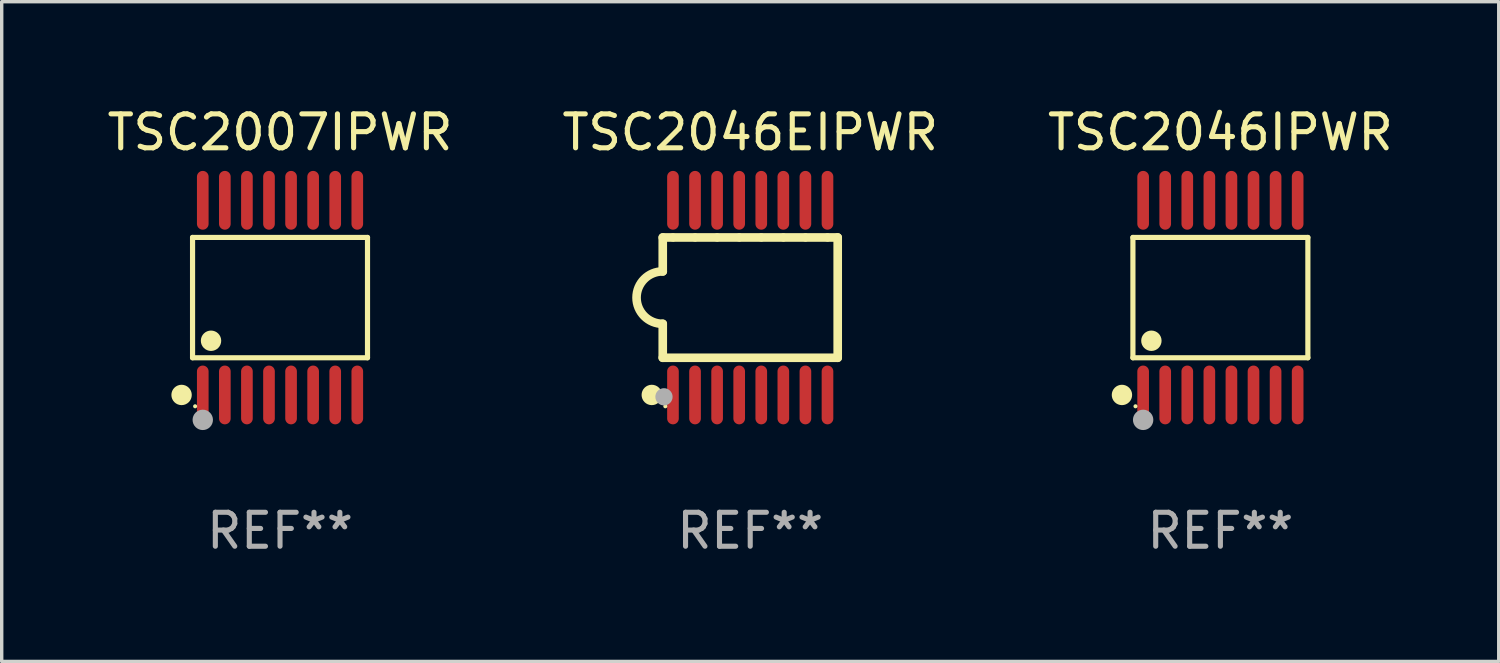
<source format=kicad_pcb>
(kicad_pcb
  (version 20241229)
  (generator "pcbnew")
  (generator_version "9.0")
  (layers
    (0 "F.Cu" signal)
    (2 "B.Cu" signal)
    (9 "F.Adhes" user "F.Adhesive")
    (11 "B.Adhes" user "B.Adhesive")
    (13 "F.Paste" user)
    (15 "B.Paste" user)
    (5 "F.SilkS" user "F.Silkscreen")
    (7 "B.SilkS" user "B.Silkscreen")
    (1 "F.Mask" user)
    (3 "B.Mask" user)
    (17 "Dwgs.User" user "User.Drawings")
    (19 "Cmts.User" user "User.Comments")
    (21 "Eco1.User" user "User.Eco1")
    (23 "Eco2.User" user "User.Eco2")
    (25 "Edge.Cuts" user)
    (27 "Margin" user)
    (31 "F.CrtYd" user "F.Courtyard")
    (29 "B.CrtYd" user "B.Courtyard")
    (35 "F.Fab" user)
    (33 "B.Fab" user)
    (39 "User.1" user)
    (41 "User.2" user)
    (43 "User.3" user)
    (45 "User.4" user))
  (footprint "TSC2007IPWR"
    (layer "F.Cu")
    (at 5.196 5.714)
    (property "Reference" "TSC2007IPWR" (at 0 -4.866 0) (layer "F.SilkS") (effects (font (size 1 1) (thickness 0.15))))
    (attr through_hole)
    (fp_line (start -2.576 -1.772) (end 2.576 -1.772) (stroke (width 0.152) (type solid)) (layer "F.SilkS"))
    (fp_line (start -2.576 1.771) (end -2.576 -1.772) (stroke (width 0.152) (type solid)) (layer "F.SilkS"))
    (fp_line (start 2.576 -1.772) (end 2.576 1.771) (stroke (width 0.152) (type solid)) (layer "F.SilkS"))
    (fp_line (start 2.576 1.771) (end -2.576 1.771) (stroke (width 0.152) (type solid)) (layer "F.SilkS"))
    (fp_circle (center -2.899 2.866) (end -2.749 2.866) (stroke (width 0.3) (type solid)) (fill no) (layer "F.SilkS"))
    (fp_circle (center -2.5 3.2) (end -2.47 3.2) (stroke (width 0.06) (type solid)) (fill no) (layer "F.SilkS"))
    (fp_circle (center -2.032 1.27) (end -1.882 1.27) (stroke (width 0.3) (type solid)) (fill no) (layer "F.SilkS"))
    (fp_circle (center -2.275 3.6) (end -2.125 3.6) (stroke (width 0.3) (type solid)) (fill no) (layer "F.Fab"))
    (fp_text user "REF**" (at 0 6.866 0) (layer "F.Fab") (effects (font (size 1 1) (thickness 0.15))))
    (pad "1" smd oval (at -2.275 2.866) (size 0.343 1.731) (layers "F.Cu" "F.Mask" "F.Paste"))
    (pad "2" smd oval (at -1.625 2.866) (size 0.343 1.731) (layers "F.Cu" "F.Mask" "F.Paste"))
    (pad "3" smd oval (at -0.975 2.866) (size 0.343 1.731) (layers "F.Cu" "F.Mask" "F.Paste"))
    (pad "4" smd oval (at -0.325 2.866) (size 0.343 1.731) (layers "F.Cu" "F.Mask" "F.Paste"))
    (pad "5" smd oval (at 0.325 2.866) (size 0.343 1.731) (layers "F.Cu" "F.Mask" "F.Paste"))
    (pad "6" smd oval (at 0.975 2.866) (size 0.343 1.731) (layers "F.Cu" "F.Mask" "F.Paste"))
    (pad "7" smd oval (at 1.625 2.866) (size 0.343 1.731) (layers "F.Cu" "F.Mask" "F.Paste"))
    (pad "8" smd oval (at 2.275 2.866) (size 0.343 1.731) (layers "F.Cu" "F.Mask" "F.Paste"))
    (pad "9" smd oval (at 2.275 -2.866) (size 0.343 1.731) (layers "F.Cu" "F.Mask" "F.Paste"))
    (pad "10" smd oval (at 1.625 -2.866) (size 0.343 1.731) (layers "F.Cu" "F.Mask" "F.Paste"))
    (pad "11" smd oval (at 0.975 -2.866) (size 0.343 1.731) (layers "F.Cu" "F.Mask" "F.Paste"))
    (pad "12" smd oval (at 0.325 -2.866) (size 0.343 1.731) (layers "F.Cu" "F.Mask" "F.Paste"))
    (pad "13" smd oval (at -0.325 -2.866) (size 0.343 1.731) (layers "F.Cu" "F.Mask" "F.Paste"))
    (pad "14" smd oval (at -0.975 -2.866) (size 0.343 1.731) (layers "F.Cu" "F.Mask" "F.Paste"))
    (pad "15" smd oval (at -1.625 -2.866) (size 0.343 1.731) (layers "F.Cu" "F.Mask" "F.Paste"))
    (pad "16" smd oval (at -2.275 -2.866) (size 0.343 1.731) (layers "F.Cu" "F.Mask" "F.Paste")))
  (footprint "TSC2046EIPWR"
    (layer "F.Cu")
    (at 19.042 5.714)
    (property "Reference" "TSC2046EIPWR" (at 0 -4.866 0) (layer "F.SilkS") (effects (font (size 1 1) (thickness 0.15))))
    (attr through_hole)
    (fp_line (start -2.576 -1.771) (end -2.576 -0.771) (stroke (width 0.254) (type solid)) (layer "F.SilkS"))
    (fp_line (start -2.576 -1.771) (end -2.289 -1.771) (stroke (width 0.254) (type solid)) (layer "F.SilkS"))
    (fp_line (start -2.576 1.771) (end -2.576 0.771) (stroke (width 0.254) (type solid)) (layer "F.SilkS"))
    (fp_line (start -2.261 -1.771) (end -1.639 -1.771) (stroke (width 0.254) (type solid)) (layer "F.SilkS"))
    (fp_line (start -1.612 -1.771) (end -0.989 -1.771) (stroke (width 0.254) (type solid)) (layer "F.SilkS"))
    (fp_line (start -0.962 -1.771) (end -0.338 -1.771) (stroke (width 0.254) (type solid)) (layer "F.SilkS"))
    (fp_line (start -0.311 -1.771) (end 0.312 -1.771) (stroke (width 0.254) (type solid)) (layer "F.SilkS"))
    (fp_line (start 0.339 -1.771) (end 0.962 -1.771) (stroke (width 0.254) (type solid)) (layer "F.SilkS"))
    (fp_line (start 0.989 -1.771) (end 1.612 -1.771) (stroke (width 0.254) (type solid)) (layer "F.SilkS"))
    (fp_line (start 1.639 -1.771) (end 2.261 -1.771) (stroke (width 0.254) (type solid)) (layer "F.SilkS"))
    (fp_line (start 2.289 -1.771) (end 2.576 -1.771) (stroke (width 0.254) (type solid)) (layer "F.SilkS"))
    (fp_line (start 2.576 -1.771) (end 2.576 1.771) (stroke (width 0.254) (type solid)) (layer "F.SilkS"))
    (fp_line (start 2.576 1.771) (end -2.576 1.771) (stroke (width 0.254) (type solid)) (layer "F.SilkS"))
    (fp_arc (start -2.576226 0.7714) (mid -3.346889 -0.000648) (end -2.575311 -0.771781) (stroke (width 0.254001) (type solid)) (layer "F.SilkS"))
    (fp_circle (center -2.899 2.866) (end -2.749 2.866) (stroke (width 0.3) (type solid)) (fill no) (layer "F.SilkS"))
    (fp_circle (center -2.5 3.2) (end -2.47 3.2) (stroke (width 0.06) (type solid)) (fill no) (layer "F.SilkS"))
    (fp_circle (center -2.54 2.921) (end -2.413 2.921) (stroke (width 0.254) (type solid)) (fill no) (layer "F.Fab"))
    (fp_text user "REF**" (at 0 6.866 0) (layer "F.Fab") (effects (font (size 1 1) (thickness 0.15))))
    (pad "1" smd oval (at -2.275 2.866) (size 0.343 1.731) (layers "F.Cu" "F.Mask" "F.Paste"))
    (pad "2" smd oval (at -1.625 2.866) (size 0.343 1.731) (layers "F.Cu" "F.Mask" "F.Paste"))
    (pad "3" smd oval (at -0.975 2.866) (size 0.343 1.731) (layers "F.Cu" "F.Mask" "F.Paste"))
    (pad "4" smd oval (at -0.325 2.866) (size 0.343 1.731) (layers "F.Cu" "F.Mask" "F.Paste"))
    (pad "5" smd oval (at 0.325 2.866) (size 0.343 1.731) (layers "F.Cu" "F.Mask" "F.Paste"))
    (pad "6" smd oval (at 0.975 2.866) (size 0.343 1.731) (layers "F.Cu" "F.Mask" "F.Paste"))
    (pad "7" smd oval (at 1.625 2.866) (size 0.343 1.731) (layers "F.Cu" "F.Mask" "F.Paste"))
    (pad "8" smd oval (at 2.275 2.866) (size 0.343 1.731) (layers "F.Cu" "F.Mask" "F.Paste"))
    (pad "9" smd oval (at 2.275 -2.866) (size 0.343 1.731) (layers "F.Cu" "F.Mask" "F.Paste"))
    (pad "10" smd oval (at 1.625 -2.866) (size 0.343 1.731) (layers "F.Cu" "F.Mask" "F.Paste"))
    (pad "11" smd oval (at 0.975 -2.866) (size 0.343 1.731) (layers "F.Cu" "F.Mask" "F.Paste"))
    (pad "12" smd oval (at 0.325 -2.866) (size 0.343 1.731) (layers "F.Cu" "F.Mask" "F.Paste"))
    (pad "13" smd oval (at -0.325 -2.866) (size 0.343 1.731) (layers "F.Cu" "F.Mask" "F.Paste"))
    (pad "14" smd oval (at -0.975 -2.866) (size 0.343 1.731) (layers "F.Cu" "F.Mask" "F.Paste"))
    (pad "15" smd oval (at -1.625 -2.866) (size 0.343 1.731) (layers "F.Cu" "F.Mask" "F.Paste"))
    (pad "16" smd oval (at -2.275 -2.866) (size 0.343 1.731) (layers "F.Cu" "F.Mask" "F.Paste")))
  (footprint "TSC2046IPWR"
    (layer "F.Cu")
    (at 32.887 5.714)
    (property "Reference" "TSC2046IPWR" (at 0 -4.866 0) (layer "F.SilkS") (effects (font (size 1 1) (thickness 0.15))))
    (attr through_hole)
    (fp_line (start -2.576 -1.772) (end 2.576 -1.772) (stroke (width 0.152) (type solid)) (layer "F.SilkS"))
    (fp_line (start -2.576 1.771) (end -2.576 -1.772) (stroke (width 0.152) (type solid)) (layer "F.SilkS"))
    (fp_line (start 2.576 -1.772) (end 2.576 1.771) (stroke (width 0.152) (type solid)) (layer "F.SilkS"))
    (fp_line (start 2.576 1.771) (end -2.576 1.771) (stroke (width 0.152) (type solid)) (layer "F.SilkS"))
    (fp_circle (center -2.899 2.866) (end -2.749 2.866) (stroke (width 0.3) (type solid)) (fill no) (layer "F.SilkS"))
    (fp_circle (center -2.5 3.2) (end -2.47 3.2) (stroke (width 0.06) (type solid)) (fill no) (layer "F.SilkS"))
    (fp_circle (center -2.032 1.27) (end -1.882 1.27) (stroke (width 0.3) (type solid)) (fill no) (layer "F.SilkS"))
    (fp_circle (center -2.275 3.6) (end -2.125 3.6) (stroke (width 0.3) (type solid)) (fill no) (layer "F.Fab"))
    (fp_text user "REF**" (at 0 6.866 0) (layer "F.Fab") (effects (font (size 1 1) (thickness 0.15))))
    (pad "1" smd oval (at -2.275 2.866) (size 0.343 1.731) (layers "F.Cu" "F.Mask" "F.Paste"))
    (pad "2" smd oval (at -1.625 2.866) (size 0.343 1.731) (layers "F.Cu" "F.Mask" "F.Paste"))
    (pad "3" smd oval (at -0.975 2.866) (size 0.343 1.731) (layers "F.Cu" "F.Mask" "F.Paste"))
    (pad "4" smd oval (at -0.325 2.866) (size 0.343 1.731) (layers "F.Cu" "F.Mask" "F.Paste"))
    (pad "5" smd oval (at 0.325 2.866) (size 0.343 1.731) (layers "F.Cu" "F.Mask" "F.Paste"))
    (pad "6" smd oval (at 0.975 2.866) (size 0.343 1.731) (layers "F.Cu" "F.Mask" "F.Paste"))
    (pad "7" smd oval (at 1.625 2.866) (size 0.343 1.731) (layers "F.Cu" "F.Mask" "F.Paste"))
    (pad "8" smd oval (at 2.275 2.866) (size 0.343 1.731) (layers "F.Cu" "F.Mask" "F.Paste"))
    (pad "9" smd oval (at 2.275 -2.866) (size 0.343 1.731) (layers "F.Cu" "F.Mask" "F.Paste"))
    (pad "10" smd oval (at 1.625 -2.866) (size 0.343 1.731) (layers "F.Cu" "F.Mask" "F.Paste"))
    (pad "11" smd oval (at 0.975 -2.866) (size 0.343 1.731) (layers "F.Cu" "F.Mask" "F.Paste"))
    (pad "12" smd oval (at 0.325 -2.866) (size 0.343 1.731) (layers "F.Cu" "F.Mask" "F.Paste"))
    (pad "13" smd oval (at -0.325 -2.866) (size 0.343 1.731) (layers "F.Cu" "F.Mask" "F.Paste"))
    (pad "14" smd oval (at -0.975 -2.866) (size 0.343 1.731) (layers "F.Cu" "F.Mask" "F.Paste"))
    (pad "15" smd oval (at -1.625 -2.866) (size 0.343 1.731) (layers "F.Cu" "F.Mask" "F.Paste"))
    (pad "16" smd oval (at -2.275 -2.866) (size 0.343 1.731) (layers "F.Cu" "F.Mask" "F.Paste")))
  (gr_rect
    (start -3 -3)
    (end 41.083 16.428)
    (stroke (width 0.1) (type default))
    (fill no)
    (layer "Edge.Cuts")))
</source>
